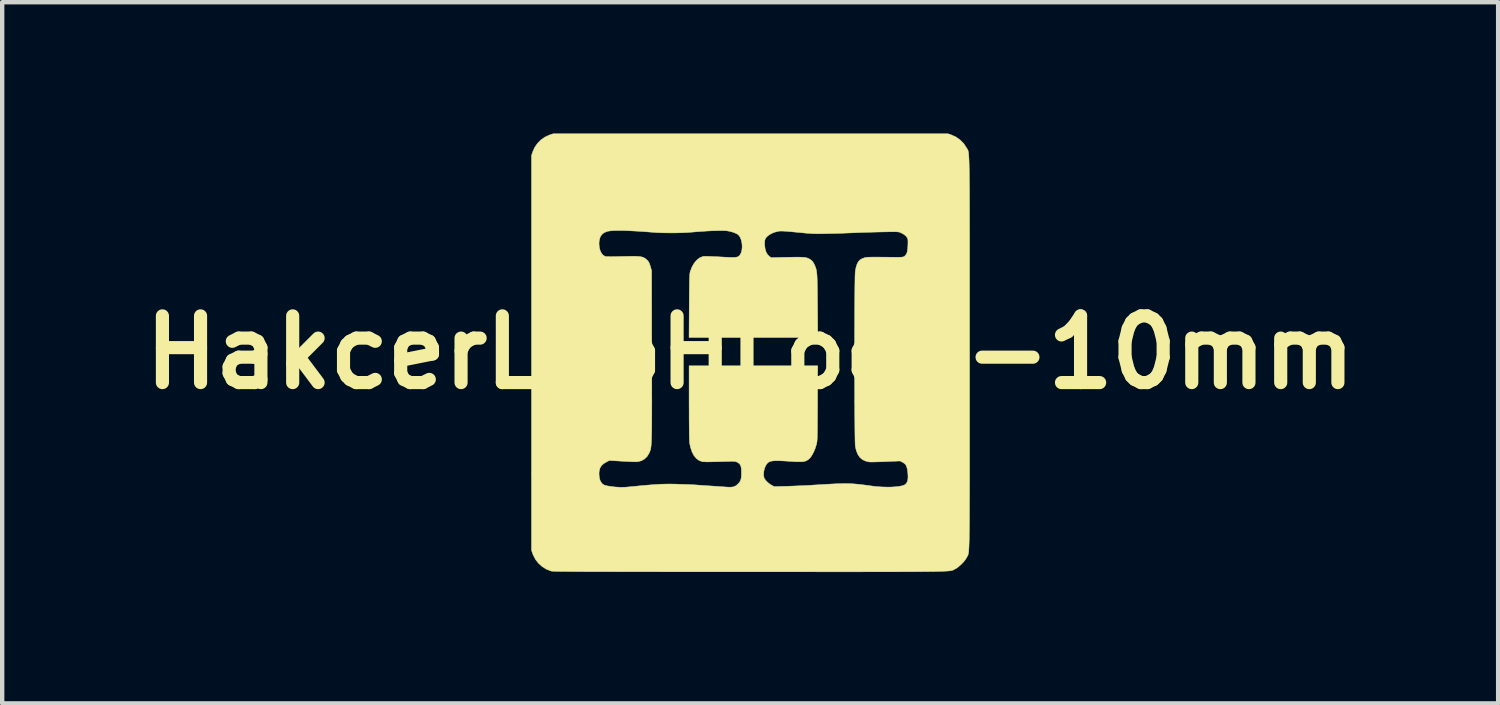
<source format=kicad_pcb>
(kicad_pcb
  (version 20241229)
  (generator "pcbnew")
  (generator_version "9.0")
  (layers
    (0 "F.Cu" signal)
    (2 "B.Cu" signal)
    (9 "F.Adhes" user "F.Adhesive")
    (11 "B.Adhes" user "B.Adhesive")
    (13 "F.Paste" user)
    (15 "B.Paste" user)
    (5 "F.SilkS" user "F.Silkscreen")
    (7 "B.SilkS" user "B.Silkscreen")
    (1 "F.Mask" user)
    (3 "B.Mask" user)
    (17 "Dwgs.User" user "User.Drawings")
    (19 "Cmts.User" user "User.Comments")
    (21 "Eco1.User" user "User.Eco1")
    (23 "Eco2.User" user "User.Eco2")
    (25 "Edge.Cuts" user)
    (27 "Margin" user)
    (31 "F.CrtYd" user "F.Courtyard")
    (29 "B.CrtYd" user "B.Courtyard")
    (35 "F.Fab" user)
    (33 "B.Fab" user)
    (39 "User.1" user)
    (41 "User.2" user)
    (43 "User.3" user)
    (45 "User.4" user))
  (footprint "HakcerLabHLogo-10mm"
    (layer "F.Cu")
    (at 14.086 5)
    (property "Reference" "HakcerLabHLogo-10mm" (at 0 0 0) (layer "F.SilkS") (effects (font (size 1.524 1.524) (thickness 0.3))))
    (attr through_hole)
    (fp_poly (pts (xy 4.595 -4.969) (xy 4.702 -4.92) (xy 4.797 -4.853) (xy 4.878 -4.771) (xy 4.941 -4.675) (xy 4.947 -4.665) (xy 4.953 -4.656) (xy 4.958 -4.648) (xy 4.963 -4.641) (xy 4.968 -4.633) (xy 4.972 -4.624) (xy 4.976 -4.614) (xy 4.98 -4.601) (xy 4.983 -4.585) (xy 4.987 -4.566) (xy 4.99 -4.542) (xy 4.992 -4.514) (xy 4.995 -4.48) (xy 4.997 -4.439) (xy 4.999 -4.391) (xy 5.001 -4.336) (xy 5.003 -4.273) (xy 5.004 -4.2) (xy 5.006 -4.118) (xy 5.007 -4.026) (xy 5.008 -3.923) (xy 5.009 -3.808) (xy 5.01 -3.68) (xy 5.01 -3.54) (xy 5.011 -3.386) (xy 5.011 -3.218) (xy 5.011 -3.035) (xy 5.012 -2.836) (xy 5.012 -2.621) (xy 5.012 -2.39) (xy 5.012 -2.14) (xy 5.012 -1.872) (xy 5.012 -1.586) (xy 5.012 -1.279) (xy 5.012 -0.953) (xy 5.012 -0.605) (xy 5.012 -0.236) (xy 5.012 0.006) (xy 5.012 0.388) (xy 5.012 0.749) (xy 5.012 1.088) (xy 5.012 1.407) (xy 5.012 1.705) (xy 5.012 1.984) (xy 5.012 2.245) (xy 5.012 2.487) (xy 5.012 2.712) (xy 5.012 2.921) (xy 5.011 3.113) (xy 5.011 3.29) (xy 5.01 3.453) (xy 5.01 3.601) (xy 5.009 3.736) (xy 5.009 3.858) (xy 5.008 3.969) (xy 5.007 4.068) (xy 5.005 4.156) (xy 5.004 4.234) (xy 5.003 4.303) (xy 5.001 4.364) (xy 4.999 4.416) (xy 4.997 4.461) (xy 4.995 4.499) (xy 4.993 4.531) (xy 4.99 4.558) (xy 4.987 4.58) (xy 4.984 4.598) (xy 4.981 4.613) (xy 4.977 4.625) (xy 4.973 4.635) (xy 4.969 4.644) (xy 4.964 4.652) (xy 4.96 4.66) (xy 4.955 4.669) (xy 4.949 4.679) (xy 4.947 4.683) (xy 4.916 4.734) (xy 4.871 4.79) (xy 4.817 4.845) (xy 4.761 4.895) (xy 4.707 4.934) (xy 4.681 4.948) (xy 4.67 4.953) (xy 4.661 4.958) (xy 4.653 4.963) (xy 4.644 4.967) (xy 4.636 4.972) (xy 4.626 4.976) (xy 4.615 4.979) (xy 4.601 4.983) (xy 4.584 4.986) (xy 4.564 4.989) (xy 4.538 4.992) (xy 4.508 4.994) (xy 4.472 4.996) (xy 4.43 4.998) (xy 4.381 5) (xy 4.324 5.002) (xy 4.258 5.004) (xy 4.183 5.005) (xy 4.099 5.006) (xy 4.004 5.007) (xy 3.898 5.008) (xy 3.78 5.009) (xy 3.65 5.01) (xy 3.507 5.01) (xy 3.35 5.011) (xy 3.179 5.011) (xy 2.993 5.011) (xy 2.79 5.011) (xy 2.572 5.012) (xy 2.336 5.012) (xy 2.083 5.012) (xy 1.811 5.012) (xy 1.52 5.012) (xy 1.209 5.011) (xy 0.878 5.011) (xy 0.526 5.011) (xy 0.152 5.011) (xy 0.000452 5.011) (xy -0.384 5.011) (xy -0.747 5.011) (xy -1.088 5.011) (xy -1.409 5.011) (xy -1.709 5.011) (xy -1.99 5.011) (xy -2.252 5.01) (xy -2.496 5.01) (xy -2.722 5.01) (xy -2.932 5.01) (xy -3.125 5.009) (xy -3.302 5.009) (xy -3.465 5.008) (xy -3.613 5.008) (xy -3.747 5.008) (xy -3.868 5.007) (xy -3.977 5.006) (xy -4.074 5.006) (xy -4.16 5.005) (xy -4.235 5.004) (xy -4.3 5.004) (xy -4.356 5.003) (xy -4.404 5.002) (xy -4.443 5.001) (xy -4.475 5) (xy -4.501 4.999) (xy -4.52 4.997) (xy -4.534 4.996) (xy -4.543 4.995) (xy -4.546 4.994) (xy -4.652 4.954) (xy -4.748 4.895) (xy -4.833 4.819) (xy -4.904 4.729) (xy -4.957 4.626) (xy -4.969 4.595) (xy -4.995 4.519) (xy -4.995 -2.483) (xy -3.453 -2.483) (xy -3.446 -2.403) (xy -3.428 -2.33) (xy -3.399 -2.269) (xy -3.361 -2.223) (xy -3.316 -2.195) (xy -3.298 -2.19) (xy -3.277 -2.188) (xy -3.237 -2.188) (xy -3.181 -2.187) (xy -3.111 -2.188) (xy -3.031 -2.189) (xy -2.944 -2.191) (xy -2.911 -2.192) (xy -2.797 -2.194) (xy -2.702 -2.196) (xy -2.625 -2.195) (xy -2.562 -2.193) (xy -2.513 -2.188) (xy -2.473 -2.18) (xy -2.441 -2.17) (xy -2.414 -2.156) (xy -2.389 -2.139) (xy -2.382 -2.134) (xy -2.346 -2.102) (xy -2.32 -2.069) (xy -2.3 -2.028) (xy -2.282 -1.973) (xy -2.277 -1.956) (xy -2.251 -1.865) (xy -2.248 0.084) (xy -2.247 0.339) (xy -2.247 0.571) (xy -2.247 0.783) (xy -2.247 0.976) (xy -2.246 1.15) (xy -2.247 1.306) (xy -2.247 1.446) (xy -2.247 1.571) (xy -2.248 1.681) (xy -2.249 1.778) (xy -2.251 1.862) (xy -2.252 1.935) (xy -2.254 1.998) (xy -2.257 2.051) (xy -2.26 2.096) (xy -2.263 2.134) (xy -2.267 2.166) (xy -2.271 2.193) (xy -2.276 2.215) (xy -2.281 2.235) (xy -2.287 2.252) (xy -2.294 2.269) (xy -2.301 2.285) (xy -2.309 2.303) (xy -2.31 2.304) (xy -2.354 2.377) (xy -2.414 2.435) (xy -2.485 2.475) (xy -2.566 2.496) (xy -2.602 2.499) (xy -2.633 2.499) (xy -2.682 2.497) (xy -2.746 2.495) (xy -2.82 2.491) (xy -2.899 2.487) (xy -2.943 2.484) (xy -3.215 2.468) (xy -3.277 2.499) (xy -3.349 2.542) (xy -3.4 2.59) (xy -3.433 2.647) (xy -3.449 2.716) (xy -3.453 2.772) (xy -3.446 2.86) (xy -3.426 2.93) (xy -3.392 2.985) (xy -3.374 3.003) (xy -3.35 3.021) (xy -3.322 3.034) (xy -3.283 3.045) (xy -3.23 3.055) (xy -3.087 3.074) (xy -2.954 3.082) (xy -2.82 3.077) (xy -2.781 3.073) (xy -2.626 3.058) (xy -2.491 3.045) (xy -2.372 3.034) (xy -2.269 3.026) (xy -2.177 3.019) (xy -2.095 3.014) (xy -2.019 3.01) (xy -1.948 3.008) (xy -1.878 3.007) (xy -1.807 3.007) (xy -1.731 3.008) (xy -1.695 3.009) (xy -1.604 3.012) (xy -1.512 3.015) (xy -1.423 3.018) (xy -1.343 3.021) (xy -1.277 3.025) (xy -1.242 3.027) (xy -1.174 3.032) (xy -1.093 3.038) (xy -1.008 3.044) (xy -0.928 3.049) (xy -0.913 3.05) (xy -0.834 3.055) (xy -0.748 3.061) (xy -0.664 3.067) (xy -0.591 3.072) (xy -0.579 3.073) (xy -0.501 3.078) (xy -0.441 3.078) (xy -0.395 3.073) (xy -0.359 3.063) (xy -0.327 3.046) (xy -0.297 3.022) (xy -0.293 3.019) (xy -0.255 2.981) (xy -0.229 2.944) (xy -0.212 2.903) (xy -0.202 2.851) (xy -0.199 2.784) (xy -0.199 2.755) (xy -0.2 2.679) (xy -0.207 2.621) (xy -0.221 2.578) (xy -0.242 2.546) (xy -0.273 2.521) (xy -0.295 2.509) (xy -0.31 2.502) (xy -0.324 2.497) (xy -0.34 2.493) (xy -0.362 2.49) (xy -0.39 2.488) (xy -0.43 2.488) (xy -0.482 2.489) (xy -0.55 2.491) (xy -0.636 2.493) (xy -0.692 2.495) (xy -0.808 2.498) (xy -0.903 2.5) (xy -0.979 2.501) (xy -1.036 2.499) (xy -1.077 2.497) (xy -1.097 2.494) (xy -1.168 2.468) (xy -1.23 2.422) (xy -1.284 2.356) (xy -1.328 2.272) (xy -1.362 2.17) (xy -1.383 2.071) (xy -1.385 2.047) (xy -1.387 2) (xy -1.389 1.934) (xy -1.391 1.849) (xy -1.392 1.747) (xy -1.393 1.628) (xy -1.394 1.495) (xy -1.394 1.348) (xy -1.395 1.19) (xy -1.395 1.154) (xy -1.395 0.306) (xy 1.543 0.306) (xy 1.539 1.165) (xy 1.539 1.325) (xy 1.538 1.464) (xy 1.537 1.584) (xy 1.537 1.686) (xy 1.536 1.772) (xy 1.535 1.843) (xy 1.533 1.902) (xy 1.532 1.95) (xy 1.53 1.989) (xy 1.528 2.02) (xy 1.525 2.044) (xy 1.522 2.065) (xy 1.519 2.083) (xy 1.514 2.099) (xy 1.51 2.114) (xy 1.484 2.196) (xy 1.452 2.273) (xy 1.416 2.341) (xy 1.38 2.396) (xy 1.349 2.43) (xy 1.318 2.454) (xy 1.286 2.473) (xy 1.251 2.486) (xy 1.208 2.495) (xy 1.155 2.498) (xy 1.089 2.498) (xy 1.007 2.495) (xy 0.923 2.489) (xy 0.802 2.481) (xy 0.701 2.476) (xy 0.619 2.474) (xy 0.552 2.475) (xy 0.498 2.481) (xy 0.456 2.491) (xy 0.423 2.506) (xy 0.397 2.527) (xy 0.375 2.553) (xy 0.355 2.586) (xy 0.347 2.602) (xy 0.324 2.662) (xy 0.31 2.73) (xy 0.307 2.797) (xy 0.315 2.854) (xy 0.317 2.861) (xy 0.338 2.901) (xy 0.375 2.945) (xy 0.423 2.989) (xy 0.476 3.026) (xy 0.49 3.033) (xy 0.548 3.065) (xy 0.833 3.058) (xy 0.921 3.055) (xy 1.025 3.051) (xy 1.14 3.046) (xy 1.258 3.041) (xy 1.374 3.035) (xy 1.482 3.028) (xy 1.485 3.028) (xy 1.639 3.019) (xy 1.773 3.011) (xy 1.889 3.005) (xy 1.991 3) (xy 2.081 2.998) (xy 2.162 2.996) (xy 2.236 2.997) (xy 2.306 2.999) (xy 2.376 3.004) (xy 2.447 3.01) (xy 2.522 3.018) (xy 2.604 3.028) (xy 2.696 3.04) (xy 2.778 3.052) (xy 2.89 3.065) (xy 3.002 3.073) (xy 3.112 3.076) (xy 3.217 3.076) (xy 3.313 3.07) (xy 3.397 3.061) (xy 3.466 3.048) (xy 3.518 3.031) (xy 3.534 3.022) (xy 3.569 2.99) (xy 3.592 2.949) (xy 3.603 2.894) (xy 3.606 2.841) (xy 3.602 2.756) (xy 3.593 2.68) (xy 3.577 2.618) (xy 3.557 2.573) (xy 3.557 2.571) (xy 3.532 2.544) (xy 3.496 2.518) (xy 3.477 2.507) (xy 3.423 2.48) (xy 3.089 2.494) (xy 3.002 2.498) (xy 2.921 2.5) (xy 2.848 2.502) (xy 2.788 2.503) (xy 2.742 2.503) (xy 2.716 2.501) (xy 2.713 2.501) (xy 2.629 2.479) (xy 2.56 2.445) (xy 2.504 2.396) (xy 2.46 2.331) (xy 2.426 2.248) (xy 2.402 2.147) (xy 2.4 2.125) (xy 2.398 2.082) (xy 2.396 2.02) (xy 2.395 1.939) (xy 2.393 1.841) (xy 2.392 1.727) (xy 2.391 1.6) (xy 2.39 1.461) (xy 2.389 1.31) (xy 2.388 1.15) (xy 2.387 0.981) (xy 2.387 0.806) (xy 2.386 0.626) (xy 2.386 0.442) (xy 2.386 0.255) (xy 2.386 0.068) (xy 2.386 -0.119) (xy 2.386 -0.303) (xy 2.386 -0.484) (xy 2.387 -0.66) (xy 2.387 -0.83) (xy 2.388 -0.992) (xy 2.389 -1.144) (xy 2.39 -1.286) (xy 2.391 -1.415) (xy 2.392 -1.531) (xy 2.394 -1.631) (xy 2.395 -1.715) (xy 2.397 -1.781) (xy 2.399 -1.827) (xy 2.401 -1.852) (xy 2.401 -1.854) (xy 2.419 -1.944) (xy 2.441 -2.014) (xy 2.468 -2.068) (xy 2.503 -2.108) (xy 2.547 -2.137) (xy 2.602 -2.159) (xy 2.602 -2.159) (xy 2.62 -2.165) (xy 2.641 -2.169) (xy 2.666 -2.172) (xy 2.697 -2.175) (xy 2.738 -2.176) (xy 2.79 -2.177) (xy 2.857 -2.177) (xy 2.94 -2.177) (xy 3.043 -2.176) (xy 3.079 -2.176) (xy 3.186 -2.175) (xy 3.273 -2.174) (xy 3.343 -2.174) (xy 3.396 -2.174) (xy 3.437 -2.175) (xy 3.466 -2.177) (xy 3.487 -2.18) (xy 3.501 -2.183) (xy 3.512 -2.188) (xy 3.521 -2.194) (xy 3.523 -2.195) (xy 3.551 -2.221) (xy 3.572 -2.253) (xy 3.587 -2.295) (xy 3.596 -2.351) (xy 3.602 -2.425) (xy 3.603 -2.442) (xy 3.605 -2.504) (xy 3.605 -2.548) (xy 3.602 -2.58) (xy 3.597 -2.602) (xy 3.59 -2.616) (xy 3.555 -2.662) (xy 3.5 -2.704) (xy 3.441 -2.734) (xy 3.426 -2.741) (xy 3.411 -2.746) (xy 3.394 -2.75) (xy 3.372 -2.753) (xy 3.344 -2.755) (xy 3.306 -2.756) (xy 3.255 -2.756) (xy 3.191 -2.755) (xy 3.109 -2.754) (xy 3.007 -2.752) (xy 2.977 -2.751) (xy 2.871 -2.749) (xy 2.763 -2.746) (xy 2.658 -2.743) (xy 2.558 -2.74) (xy 2.47 -2.737) (xy 2.397 -2.734) (xy 2.364 -2.733) (xy 2.299 -2.73) (xy 2.215 -2.727) (xy 2.12 -2.723) (xy 2.017 -2.72) (xy 1.913 -2.717) (xy 1.812 -2.715) (xy 1.803 -2.715) (xy 1.702 -2.713) (xy 1.619 -2.712) (xy 1.548 -2.711) (xy 1.485 -2.712) (xy 1.425 -2.714) (xy 1.363 -2.718) (xy 1.295 -2.723) (xy 1.216 -2.73) (xy 1.12 -2.74) (xy 1.083 -2.743) (xy 0.978 -2.753) (xy 0.894 -2.761) (xy 0.826 -2.767) (xy 0.772 -2.77) (xy 0.729 -2.772) (xy 0.695 -2.772) (xy 0.667 -2.77) (xy 0.642 -2.767) (xy 0.543 -2.741) (xy 0.454 -2.698) (xy 0.401 -2.66) (xy 0.367 -2.627) (xy 0.345 -2.594) (xy 0.334 -2.555) (xy 0.33 -2.504) (xy 0.331 -2.451) (xy 0.342 -2.364) (xy 0.365 -2.29) (xy 0.4 -2.231) (xy 0.442 -2.191) (xy 0.48 -2.165) (xy 0.844 -2.173) (xy 0.957 -2.175) (xy 1.049 -2.176) (xy 1.124 -2.176) (xy 1.184 -2.174) (xy 1.232 -2.171) (xy 1.271 -2.165) (xy 1.303 -2.157) (xy 1.331 -2.146) (xy 1.357 -2.132) (xy 1.376 -2.121) (xy 1.411 -2.093) (xy 1.439 -2.058) (xy 1.462 -2.017) (xy 1.475 -1.988) (xy 1.487 -1.961) (xy 1.497 -1.934) (xy 1.506 -1.905) (xy 1.513 -1.872) (xy 1.519 -1.833) (xy 1.524 -1.786) (xy 1.528 -1.73) (xy 1.531 -1.662) (xy 1.533 -1.582) (xy 1.535 -1.486) (xy 1.536 -1.374) (xy 1.537 -1.243) (xy 1.539 -1.092) (xy 1.539 -1.057) (xy 1.544 -0.34) (xy -1.396 -0.34) (xy -1.392 -1.063) (xy -1.391 -1.212) (xy -1.39 -1.341) (xy -1.389 -1.45) (xy -1.388 -1.542) (xy -1.387 -1.617) (xy -1.385 -1.679) (xy -1.383 -1.728) (xy -1.381 -1.767) (xy -1.378 -1.797) (xy -1.375 -1.819) (xy -1.372 -1.836) (xy -1.37 -1.844) (xy -1.33 -1.949) (xy -1.28 -2.037) (xy -1.221 -2.108) (xy -1.154 -2.16) (xy -1.08 -2.191) (xy -1.072 -2.193) (xy -1.053 -2.195) (xy -1.014 -2.195) (xy -0.959 -2.194) (xy -0.89 -2.191) (xy -0.811 -2.188) (xy -0.725 -2.184) (xy -0.694 -2.182) (xy -0.586 -2.176) (xy -0.499 -2.172) (xy -0.429 -2.17) (xy -0.374 -2.17) (xy -0.333 -2.173) (xy -0.301 -2.178) (xy -0.278 -2.186) (xy -0.26 -2.198) (xy -0.245 -2.212) (xy -0.233 -2.226) (xy -0.205 -2.278) (xy -0.189 -2.341) (xy -0.183 -2.412) (xy -0.187 -2.484) (xy -0.2 -2.555) (xy -0.222 -2.618) (xy -0.253 -2.668) (xy -0.288 -2.7) (xy -0.366 -2.737) (xy -0.46 -2.765) (xy -0.537 -2.778) (xy -0.589 -2.782) (xy -0.661 -2.783) (xy -0.75 -2.782) (xy -0.852 -2.779) (xy -0.965 -2.774) (xy -1.086 -2.766) (xy -1.213 -2.757) (xy -1.321 -2.748) (xy -1.439 -2.739) (xy -1.573 -2.733) (xy -1.715 -2.73) (xy -1.86 -2.73) (xy -2 -2.732) (xy -2.128 -2.737) (xy -2.2 -2.742) (xy -2.395 -2.757) (xy -2.57 -2.769) (xy -2.723 -2.777) (xy -2.857 -2.783) (xy -2.972 -2.785) (xy -3.07 -2.785) (xy -3.15 -2.781) (xy -3.215 -2.774) (xy -3.264 -2.765) (xy -3.274 -2.762) (xy -3.343 -2.731) (xy -3.394 -2.687) (xy -3.429 -2.627) (xy -3.448 -2.552) (xy -3.453 -2.483) (xy -4.995 -2.483) (xy -4.995 -4.496) (xy -4.968 -4.58) (xy -4.923 -4.681) (xy -4.86 -4.773) (xy -4.781 -4.853) (xy -4.689 -4.918) (xy -4.589 -4.964) (xy -4.58 -4.968) (xy -4.496 -4.995) (xy 4.519 -4.995) (xy 4.595 -4.969)) (stroke (width 0.01) (type solid)) (fill yes) (layer "F.SilkS")))
  (gr_rect
    (start -3 -3)
    (end 31.172 13.017)
    (stroke (width 0.1) (type default))
    (fill no)
    (layer "Edge.Cuts")))
</source>
